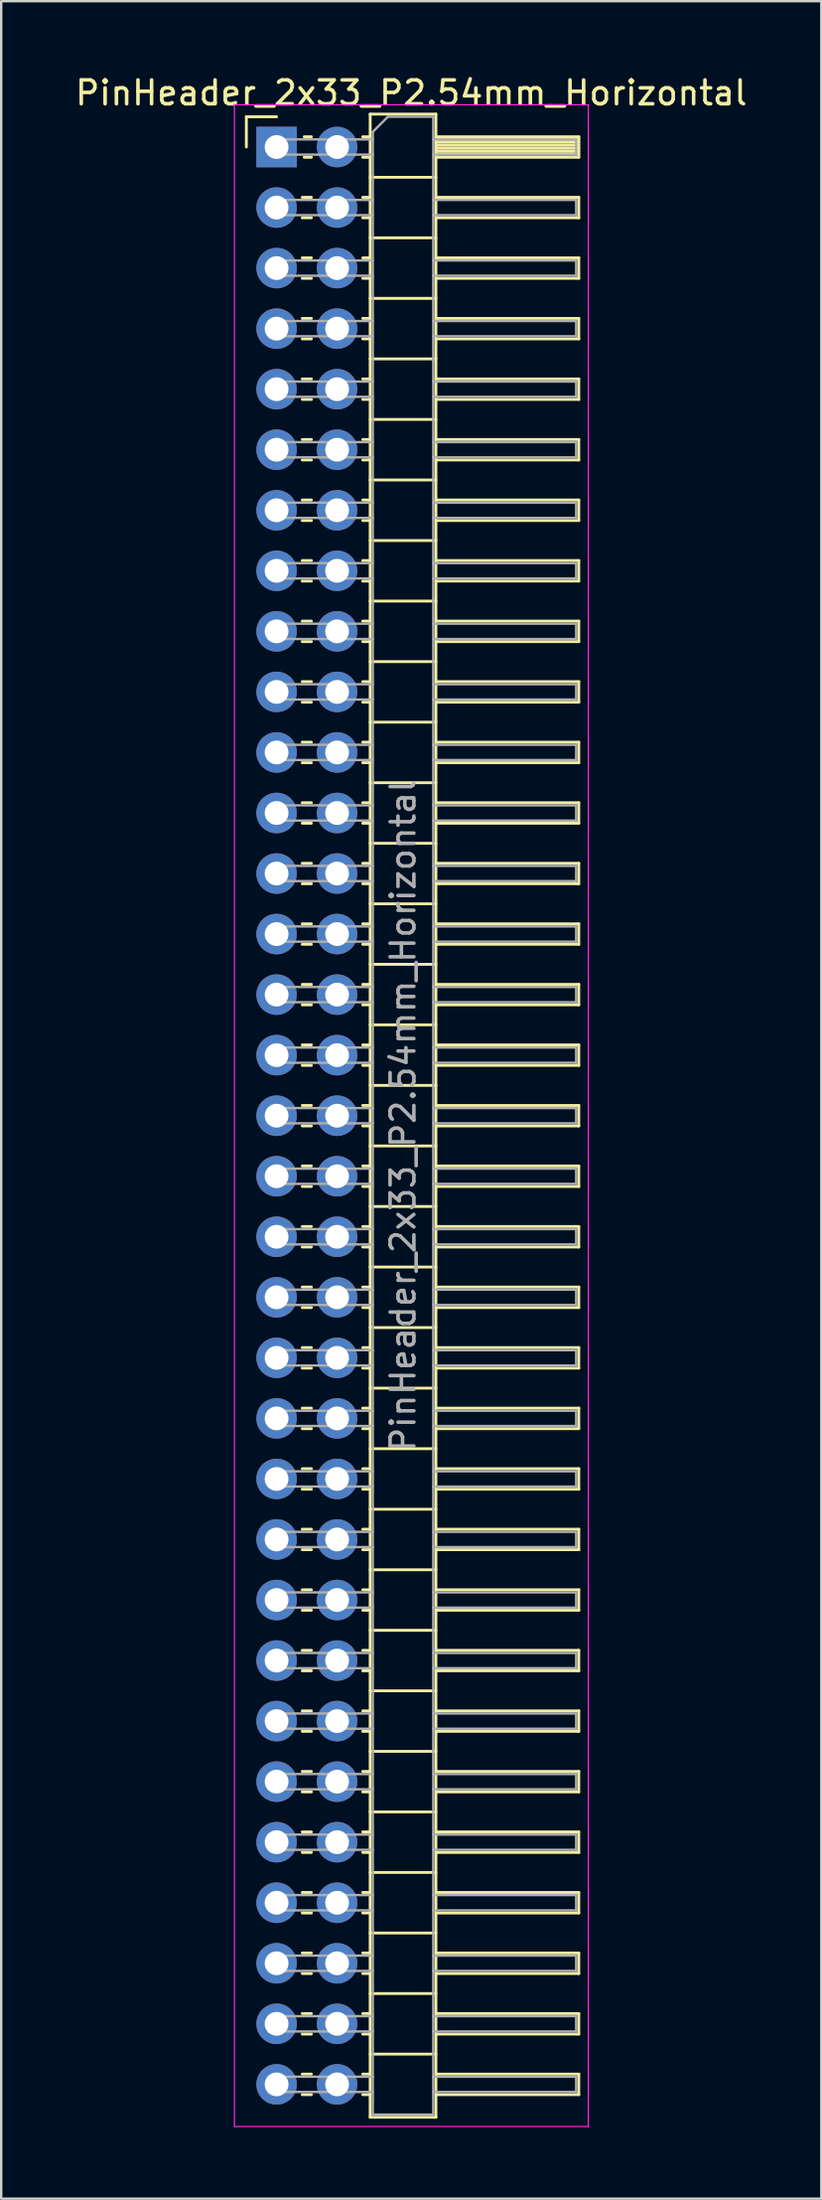
<source format=kicad_pcb>
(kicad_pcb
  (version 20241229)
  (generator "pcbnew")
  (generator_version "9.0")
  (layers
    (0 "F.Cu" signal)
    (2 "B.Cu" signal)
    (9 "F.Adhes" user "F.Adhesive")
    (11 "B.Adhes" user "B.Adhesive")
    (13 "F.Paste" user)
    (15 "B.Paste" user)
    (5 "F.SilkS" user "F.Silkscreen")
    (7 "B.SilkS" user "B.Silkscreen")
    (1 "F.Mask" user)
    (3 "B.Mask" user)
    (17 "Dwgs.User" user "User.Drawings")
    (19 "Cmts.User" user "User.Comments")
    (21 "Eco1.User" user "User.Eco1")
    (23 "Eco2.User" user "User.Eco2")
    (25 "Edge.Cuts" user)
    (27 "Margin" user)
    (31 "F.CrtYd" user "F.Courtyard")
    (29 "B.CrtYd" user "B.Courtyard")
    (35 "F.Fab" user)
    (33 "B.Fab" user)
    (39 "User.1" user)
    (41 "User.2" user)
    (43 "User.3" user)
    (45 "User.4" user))
  (footprint "PinHeader_2x33_P2.54mm_Horizontal"
    (layer "F.Cu")
    (at 8.565 3.118)
    (property "Reference" "PinHeader_2x33_P2.54mm_Horizontal" (at 5.655 -2.27 0) (layer "F.SilkS") (effects (font (size 1 1) (thickness 0.15))))
    (attr through_hole)
    (fp_line (start -1.27 -1.27) (end 0 -1.27) (stroke (width 0.12) (type solid)) (layer "F.SilkS"))
    (fp_line (start -1.27 0) (end -1.27 -1.27) (stroke (width 0.12) (type solid)) (layer "F.SilkS"))
    (fp_line (start 1.077 2.11) (end 1.463 2.11) (stroke (width 0.12) (type solid)) (layer "F.SilkS"))
    (fp_line (start 1.077 2.97) (end 1.463 2.97) (stroke (width 0.12) (type solid)) (layer "F.SilkS"))
    (fp_line (start 1.077 4.65) (end 1.463 4.65) (stroke (width 0.12) (type solid)) (layer "F.SilkS"))
    (fp_line (start 1.077 5.51) (end 1.463 5.51) (stroke (width 0.12) (type solid)) (layer "F.SilkS"))
    (fp_line (start 1.077 7.19) (end 1.463 7.19) (stroke (width 0.12) (type solid)) (layer "F.SilkS"))
    (fp_line (start 1.077 8.05) (end 1.463 8.05) (stroke (width 0.12) (type solid)) (layer "F.SilkS"))
    (fp_line (start 1.077 9.73) (end 1.463 9.73) (stroke (width 0.12) (type solid)) (layer "F.SilkS"))
    (fp_line (start 1.077 10.59) (end 1.463 10.59) (stroke (width 0.12) (type solid)) (layer "F.SilkS"))
    (fp_line (start 1.077 12.27) (end 1.463 12.27) (stroke (width 0.12) (type solid)) (layer "F.SilkS"))
    (fp_line (start 1.077 13.13) (end 1.463 13.13) (stroke (width 0.12) (type solid)) (layer "F.SilkS"))
    (fp_line (start 1.077 14.81) (end 1.463 14.81) (stroke (width 0.12) (type solid)) (layer "F.SilkS"))
    (fp_line (start 1.077 15.67) (end 1.463 15.67) (stroke (width 0.12) (type solid)) (layer "F.SilkS"))
    (fp_line (start 1.077 17.35) (end 1.463 17.35) (stroke (width 0.12) (type solid)) (layer "F.SilkS"))
    (fp_line (start 1.077 18.21) (end 1.463 18.21) (stroke (width 0.12) (type solid)) (layer "F.SilkS"))
    (fp_line (start 1.077 19.89) (end 1.463 19.89) (stroke (width 0.12) (type solid)) (layer "F.SilkS"))
    (fp_line (start 1.077 20.75) (end 1.463 20.75) (stroke (width 0.12) (type solid)) (layer "F.SilkS"))
    (fp_line (start 1.077 22.43) (end 1.463 22.43) (stroke (width 0.12) (type solid)) (layer "F.SilkS"))
    (fp_line (start 1.077 23.29) (end 1.463 23.29) (stroke (width 0.12) (type solid)) (layer "F.SilkS"))
    (fp_line (start 1.077 24.97) (end 1.463 24.97) (stroke (width 0.12) (type solid)) (layer "F.SilkS"))
    (fp_line (start 1.077 25.83) (end 1.463 25.83) (stroke (width 0.12) (type solid)) (layer "F.SilkS"))
    (fp_line (start 1.077 27.51) (end 1.463 27.51) (stroke (width 0.12) (type solid)) (layer "F.SilkS"))
    (fp_line (start 1.077 28.37) (end 1.463 28.37) (stroke (width 0.12) (type solid)) (layer "F.SilkS"))
    (fp_line (start 1.077 30.05) (end 1.463 30.05) (stroke (width 0.12) (type solid)) (layer "F.SilkS"))
    (fp_line (start 1.077 30.91) (end 1.463 30.91) (stroke (width 0.12) (type solid)) (layer "F.SilkS"))
    (fp_line (start 1.077 32.59) (end 1.463 32.59) (stroke (width 0.12) (type solid)) (layer "F.SilkS"))
    (fp_line (start 1.077 33.45) (end 1.463 33.45) (stroke (width 0.12) (type solid)) (layer "F.SilkS"))
    (fp_line (start 1.077 35.13) (end 1.463 35.13) (stroke (width 0.12) (type solid)) (layer "F.SilkS"))
    (fp_line (start 1.077 35.99) (end 1.463 35.99) (stroke (width 0.12) (type solid)) (layer "F.SilkS"))
    (fp_line (start 1.077 37.67) (end 1.463 37.67) (stroke (width 0.12) (type solid)) (layer "F.SilkS"))
    (fp_line (start 1.077 38.53) (end 1.463 38.53) (stroke (width 0.12) (type solid)) (layer "F.SilkS"))
    (fp_line (start 1.077 40.21) (end 1.463 40.21) (stroke (width 0.12) (type solid)) (layer "F.SilkS"))
    (fp_line (start 1.077 41.07) (end 1.463 41.07) (stroke (width 0.12) (type solid)) (layer "F.SilkS"))
    (fp_line (start 1.077 42.75) (end 1.463 42.75) (stroke (width 0.12) (type solid)) (layer "F.SilkS"))
    (fp_line (start 1.077 43.61) (end 1.463 43.61) (stroke (width 0.12) (type solid)) (layer "F.SilkS"))
    (fp_line (start 1.077 45.29) (end 1.463 45.29) (stroke (width 0.12) (type solid)) (layer "F.SilkS"))
    (fp_line (start 1.077 46.15) (end 1.463 46.15) (stroke (width 0.12) (type solid)) (layer "F.SilkS"))
    (fp_line (start 1.077 47.83) (end 1.463 47.83) (stroke (width 0.12) (type solid)) (layer "F.SilkS"))
    (fp_line (start 1.077 48.69) (end 1.463 48.69) (stroke (width 0.12) (type solid)) (layer "F.SilkS"))
    (fp_line (start 1.077 50.37) (end 1.463 50.37) (stroke (width 0.12) (type solid)) (layer "F.SilkS"))
    (fp_line (start 1.077 51.23) (end 1.463 51.23) (stroke (width 0.12) (type solid)) (layer "F.SilkS"))
    (fp_line (start 1.077 52.91) (end 1.463 52.91) (stroke (width 0.12) (type solid)) (layer "F.SilkS"))
    (fp_line (start 1.077 53.77) (end 1.463 53.77) (stroke (width 0.12) (type solid)) (layer "F.SilkS"))
    (fp_line (start 1.077 55.45) (end 1.463 55.45) (stroke (width 0.12) (type solid)) (layer "F.SilkS"))
    (fp_line (start 1.077 56.31) (end 1.463 56.31) (stroke (width 0.12) (type solid)) (layer "F.SilkS"))
    (fp_line (start 1.077 57.99) (end 1.463 57.99) (stroke (width 0.12) (type solid)) (layer "F.SilkS"))
    (fp_line (start 1.077 58.85) (end 1.463 58.85) (stroke (width 0.12) (type solid)) (layer "F.SilkS"))
    (fp_line (start 1.077 60.53) (end 1.463 60.53) (stroke (width 0.12) (type solid)) (layer "F.SilkS"))
    (fp_line (start 1.077 61.39) (end 1.463 61.39) (stroke (width 0.12) (type solid)) (layer "F.SilkS"))
    (fp_line (start 1.077 63.07) (end 1.463 63.07) (stroke (width 0.12) (type solid)) (layer "F.SilkS"))
    (fp_line (start 1.077 63.93) (end 1.463 63.93) (stroke (width 0.12) (type solid)) (layer "F.SilkS"))
    (fp_line (start 1.077 65.61) (end 1.463 65.61) (stroke (width 0.12) (type solid)) (layer "F.SilkS"))
    (fp_line (start 1.077 66.47) (end 1.463 66.47) (stroke (width 0.12) (type solid)) (layer "F.SilkS"))
    (fp_line (start 1.077 68.15) (end 1.463 68.15) (stroke (width 0.12) (type solid)) (layer "F.SilkS"))
    (fp_line (start 1.077 69.01) (end 1.463 69.01) (stroke (width 0.12) (type solid)) (layer "F.SilkS"))
    (fp_line (start 1.077 70.69) (end 1.463 70.69) (stroke (width 0.12) (type solid)) (layer "F.SilkS"))
    (fp_line (start 1.077 71.55) (end 1.463 71.55) (stroke (width 0.12) (type solid)) (layer "F.SilkS"))
    (fp_line (start 1.077 73.23) (end 1.463 73.23) (stroke (width 0.12) (type solid)) (layer "F.SilkS"))
    (fp_line (start 1.077 74.09) (end 1.463 74.09) (stroke (width 0.12) (type solid)) (layer "F.SilkS"))
    (fp_line (start 1.077 75.77) (end 1.463 75.77) (stroke (width 0.12) (type solid)) (layer "F.SilkS"))
    (fp_line (start 1.077 76.63) (end 1.463 76.63) (stroke (width 0.12) (type solid)) (layer "F.SilkS"))
    (fp_line (start 1.077 78.31) (end 1.463 78.31) (stroke (width 0.12) (type solid)) (layer "F.SilkS"))
    (fp_line (start 1.077 79.17) (end 1.463 79.17) (stroke (width 0.12) (type solid)) (layer "F.SilkS"))
    (fp_line (start 1.077 80.85) (end 1.463 80.85) (stroke (width 0.12) (type solid)) (layer "F.SilkS"))
    (fp_line (start 1.077 81.71) (end 1.463 81.71) (stroke (width 0.12) (type solid)) (layer "F.SilkS"))
    (fp_line (start 1.16 -0.43) (end 1.463 -0.43) (stroke (width 0.12) (type solid)) (layer "F.SilkS"))
    (fp_line (start 1.16 0.43) (end 1.463 0.43) (stroke (width 0.12) (type solid)) (layer "F.SilkS"))
    (fp_line (start 3.617 -0.43) (end 3.93 -0.43) (stroke (width 0.12) (type solid)) (layer "F.SilkS"))
    (fp_line (start 3.617 0.43) (end 3.93 0.43) (stroke (width 0.12) (type solid)) (layer "F.SilkS"))
    (fp_line (start 3.617 2.11) (end 3.93 2.11) (stroke (width 0.12) (type solid)) (layer "F.SilkS"))
    (fp_line (start 3.617 2.97) (end 3.93 2.97) (stroke (width 0.12) (type solid)) (layer "F.SilkS"))
    (fp_line (start 3.617 4.65) (end 3.93 4.65) (stroke (width 0.12) (type solid)) (layer "F.SilkS"))
    (fp_line (start 3.617 5.51) (end 3.93 5.51) (stroke (width 0.12) (type solid)) (layer "F.SilkS"))
    (fp_line (start 3.617 7.19) (end 3.93 7.19) (stroke (width 0.12) (type solid)) (layer "F.SilkS"))
    (fp_line (start 3.617 8.05) (end 3.93 8.05) (stroke (width 0.12) (type solid)) (layer "F.SilkS"))
    (fp_line (start 3.617 9.73) (end 3.93 9.73) (stroke (width 0.12) (type solid)) (layer "F.SilkS"))
    (fp_line (start 3.617 10.59) (end 3.93 10.59) (stroke (width 0.12) (type solid)) (layer "F.SilkS"))
    (fp_line (start 3.617 12.27) (end 3.93 12.27) (stroke (width 0.12) (type solid)) (layer "F.SilkS"))
    (fp_line (start 3.617 13.13) (end 3.93 13.13) (stroke (width 0.12) (type solid)) (layer "F.SilkS"))
    (fp_line (start 3.617 14.81) (end 3.93 14.81) (stroke (width 0.12) (type solid)) (layer "F.SilkS"))
    (fp_line (start 3.617 15.67) (end 3.93 15.67) (stroke (width 0.12) (type solid)) (layer "F.SilkS"))
    (fp_line (start 3.617 17.35) (end 3.93 17.35) (stroke (width 0.12) (type solid)) (layer "F.SilkS"))
    (fp_line (start 3.617 18.21) (end 3.93 18.21) (stroke (width 0.12) (type solid)) (layer "F.SilkS"))
    (fp_line (start 3.617 19.89) (end 3.93 19.89) (stroke (width 0.12) (type solid)) (layer "F.SilkS"))
    (fp_line (start 3.617 20.75) (end 3.93 20.75) (stroke (width 0.12) (type solid)) (layer "F.SilkS"))
    (fp_line (start 3.617 22.43) (end 3.93 22.43) (stroke (width 0.12) (type solid)) (layer "F.SilkS"))
    (fp_line (start 3.617 23.29) (end 3.93 23.29) (stroke (width 0.12) (type solid)) (layer "F.SilkS"))
    (fp_line (start 3.617 24.97) (end 3.93 24.97) (stroke (width 0.12) (type solid)) (layer "F.SilkS"))
    (fp_line (start 3.617 25.83) (end 3.93 25.83) (stroke (width 0.12) (type solid)) (layer "F.SilkS"))
    (fp_line (start 3.617 27.51) (end 3.93 27.51) (stroke (width 0.12) (type solid)) (layer "F.SilkS"))
    (fp_line (start 3.617 28.37) (end 3.93 28.37) (stroke (width 0.12) (type solid)) (layer "F.SilkS"))
    (fp_line (start 3.617 30.05) (end 3.93 30.05) (stroke (width 0.12) (type solid)) (layer "F.SilkS"))
    (fp_line (start 3.617 30.91) (end 3.93 30.91) (stroke (width 0.12) (type solid)) (layer "F.SilkS"))
    (fp_line (start 3.617 32.59) (end 3.93 32.59) (stroke (width 0.12) (type solid)) (layer "F.SilkS"))
    (fp_line (start 3.617 33.45) (end 3.93 33.45) (stroke (width 0.12) (type solid)) (layer "F.SilkS"))
    (fp_line (start 3.617 35.13) (end 3.93 35.13) (stroke (width 0.12) (type solid)) (layer "F.SilkS"))
    (fp_line (start 3.617 35.99) (end 3.93 35.99) (stroke (width 0.12) (type solid)) (layer "F.SilkS"))
    (fp_line (start 3.617 37.67) (end 3.93 37.67) (stroke (width 0.12) (type solid)) (layer "F.SilkS"))
    (fp_line (start 3.617 38.53) (end 3.93 38.53) (stroke (width 0.12) (type solid)) (layer "F.SilkS"))
    (fp_line (start 3.617 40.21) (end 3.93 40.21) (stroke (width 0.12) (type solid)) (layer "F.SilkS"))
    (fp_line (start 3.617 41.07) (end 3.93 41.07) (stroke (width 0.12) (type solid)) (layer "F.SilkS"))
    (fp_line (start 3.617 42.75) (end 3.93 42.75) (stroke (width 0.12) (type solid)) (layer "F.SilkS"))
    (fp_line (start 3.617 43.61) (end 3.93 43.61) (stroke (width 0.12) (type solid)) (layer "F.SilkS"))
    (fp_line (start 3.617 45.29) (end 3.93 45.29) (stroke (width 0.12) (type solid)) (layer "F.SilkS"))
    (fp_line (start 3.617 46.15) (end 3.93 46.15) (stroke (width 0.12) (type solid)) (layer "F.SilkS"))
    (fp_line (start 3.617 47.83) (end 3.93 47.83) (stroke (width 0.12) (type solid)) (layer "F.SilkS"))
    (fp_line (start 3.617 48.69) (end 3.93 48.69) (stroke (width 0.12) (type solid)) (layer "F.SilkS"))
    (fp_line (start 3.617 50.37) (end 3.93 50.37) (stroke (width 0.12) (type solid)) (layer "F.SilkS"))
    (fp_line (start 3.617 51.23) (end 3.93 51.23) (stroke (width 0.12) (type solid)) (layer "F.SilkS"))
    (fp_line (start 3.617 52.91) (end 3.93 52.91) (stroke (width 0.12) (type solid)) (layer "F.SilkS"))
    (fp_line (start 3.617 53.77) (end 3.93 53.77) (stroke (width 0.12) (type solid)) (layer "F.SilkS"))
    (fp_line (start 3.617 55.45) (end 3.93 55.45) (stroke (width 0.12) (type solid)) (layer "F.SilkS"))
    (fp_line (start 3.617 56.31) (end 3.93 56.31) (stroke (width 0.12) (type solid)) (layer "F.SilkS"))
    (fp_line (start 3.617 57.99) (end 3.93 57.99) (stroke (width 0.12) (type solid)) (layer "F.SilkS"))
    (fp_line (start 3.617 58.85) (end 3.93 58.85) (stroke (width 0.12) (type solid)) (layer "F.SilkS"))
    (fp_line (start 3.617 60.53) (end 3.93 60.53) (stroke (width 0.12) (type solid)) (layer "F.SilkS"))
    (fp_line (start 3.617 61.39) (end 3.93 61.39) (stroke (width 0.12) (type solid)) (layer "F.SilkS"))
    (fp_line (start 3.617 63.07) (end 3.93 63.07) (stroke (width 0.12) (type solid)) (layer "F.SilkS"))
    (fp_line (start 3.617 63.93) (end 3.93 63.93) (stroke (width 0.12) (type solid)) (layer "F.SilkS"))
    (fp_line (start 3.617 65.61) (end 3.93 65.61) (stroke (width 0.12) (type solid)) (layer "F.SilkS"))
    (fp_line (start 3.617 66.47) (end 3.93 66.47) (stroke (width 0.12) (type solid)) (layer "F.SilkS"))
    (fp_line (start 3.617 68.15) (end 3.93 68.15) (stroke (width 0.12) (type solid)) (layer "F.SilkS"))
    (fp_line (start 3.617 69.01) (end 3.93 69.01) (stroke (width 0.12) (type solid)) (layer "F.SilkS"))
    (fp_line (start 3.617 70.69) (end 3.93 70.69) (stroke (width 0.12) (type solid)) (layer "F.SilkS"))
    (fp_line (start 3.617 71.55) (end 3.93 71.55) (stroke (width 0.12) (type solid)) (layer "F.SilkS"))
    (fp_line (start 3.617 73.23) (end 3.93 73.23) (stroke (width 0.12) (type solid)) (layer "F.SilkS"))
    (fp_line (start 3.617 74.09) (end 3.93 74.09) (stroke (width 0.12) (type solid)) (layer "F.SilkS"))
    (fp_line (start 3.617 75.77) (end 3.93 75.77) (stroke (width 0.12) (type solid)) (layer "F.SilkS"))
    (fp_line (start 3.617 76.63) (end 3.93 76.63) (stroke (width 0.12) (type solid)) (layer "F.SilkS"))
    (fp_line (start 3.617 78.31) (end 3.93 78.31) (stroke (width 0.12) (type solid)) (layer "F.SilkS"))
    (fp_line (start 3.617 79.17) (end 3.93 79.17) (stroke (width 0.12) (type solid)) (layer "F.SilkS"))
    (fp_line (start 3.617 80.85) (end 3.93 80.85) (stroke (width 0.12) (type solid)) (layer "F.SilkS"))
    (fp_line (start 3.617 81.71) (end 3.93 81.71) (stroke (width 0.12) (type solid)) (layer "F.SilkS"))
    (fp_line (start 3.93 -1.38) (end 3.93 82.66) (stroke (width 0.12) (type solid)) (layer "F.SilkS"))
    (fp_line (start 3.93 1.27) (end 6.69 1.27) (stroke (width 0.12) (type solid)) (layer "F.SilkS"))
    (fp_line (start 3.93 3.81) (end 6.69 3.81) (stroke (width 0.12) (type solid)) (layer "F.SilkS"))
    (fp_line (start 3.93 6.35) (end 6.69 6.35) (stroke (width 0.12) (type solid)) (layer "F.SilkS"))
    (fp_line (start 3.93 8.89) (end 6.69 8.89) (stroke (width 0.12) (type solid)) (layer "F.SilkS"))
    (fp_line (start 3.93 11.43) (end 6.69 11.43) (stroke (width 0.12) (type solid)) (layer "F.SilkS"))
    (fp_line (start 3.93 13.97) (end 6.69 13.97) (stroke (width 0.12) (type solid)) (layer "F.SilkS"))
    (fp_line (start 3.93 16.51) (end 6.69 16.51) (stroke (width 0.12) (type solid)) (layer "F.SilkS"))
    (fp_line (start 3.93 19.05) (end 6.69 19.05) (stroke (width 0.12) (type solid)) (layer "F.SilkS"))
    (fp_line (start 3.93 21.59) (end 6.69 21.59) (stroke (width 0.12) (type solid)) (layer "F.SilkS"))
    (fp_line (start 3.93 24.13) (end 6.69 24.13) (stroke (width 0.12) (type solid)) (layer "F.SilkS"))
    (fp_line (start 3.93 26.67) (end 6.69 26.67) (stroke (width 0.12) (type solid)) (layer "F.SilkS"))
    (fp_line (start 3.93 29.21) (end 6.69 29.21) (stroke (width 0.12) (type solid)) (layer "F.SilkS"))
    (fp_line (start 3.93 31.75) (end 6.69 31.75) (stroke (width 0.12) (type solid)) (layer "F.SilkS"))
    (fp_line (start 3.93 34.29) (end 6.69 34.29) (stroke (width 0.12) (type solid)) (layer "F.SilkS"))
    (fp_line (start 3.93 36.83) (end 6.69 36.83) (stroke (width 0.12) (type solid)) (layer "F.SilkS"))
    (fp_line (start 3.93 39.37) (end 6.69 39.37) (stroke (width 0.12) (type solid)) (layer "F.SilkS"))
    (fp_line (start 3.93 41.91) (end 6.69 41.91) (stroke (width 0.12) (type solid)) (layer "F.SilkS"))
    (fp_line (start 3.93 44.45) (end 6.69 44.45) (stroke (width 0.12) (type solid)) (layer "F.SilkS"))
    (fp_line (start 3.93 46.99) (end 6.69 46.99) (stroke (width 0.12) (type solid)) (layer "F.SilkS"))
    (fp_line (start 3.93 49.53) (end 6.69 49.53) (stroke (width 0.12) (type solid)) (layer "F.SilkS"))
    (fp_line (start 3.93 52.07) (end 6.69 52.07) (stroke (width 0.12) (type solid)) (layer "F.SilkS"))
    (fp_line (start 3.93 54.61) (end 6.69 54.61) (stroke (width 0.12) (type solid)) (layer "F.SilkS"))
    (fp_line (start 3.93 57.15) (end 6.69 57.15) (stroke (width 0.12) (type solid)) (layer "F.SilkS"))
    (fp_line (start 3.93 59.69) (end 6.69 59.69) (stroke (width 0.12) (type solid)) (layer "F.SilkS"))
    (fp_line (start 3.93 62.23) (end 6.69 62.23) (stroke (width 0.12) (type solid)) (layer "F.SilkS"))
    (fp_line (start 3.93 64.77) (end 6.69 64.77) (stroke (width 0.12) (type solid)) (layer "F.SilkS"))
    (fp_line (start 3.93 67.31) (end 6.69 67.31) (stroke (width 0.12) (type solid)) (layer "F.SilkS"))
    (fp_line (start 3.93 69.85) (end 6.69 69.85) (stroke (width 0.12) (type solid)) (layer "F.SilkS"))
    (fp_line (start 3.93 72.39) (end 6.69 72.39) (stroke (width 0.12) (type solid)) (layer "F.SilkS"))
    (fp_line (start 3.93 74.93) (end 6.69 74.93) (stroke (width 0.12) (type solid)) (layer "F.SilkS"))
    (fp_line (start 3.93 77.47) (end 6.69 77.47) (stroke (width 0.12) (type solid)) (layer "F.SilkS"))
    (fp_line (start 3.93 80.01) (end 6.69 80.01) (stroke (width 0.12) (type solid)) (layer "F.SilkS"))
    (fp_line (start 3.93 82.66) (end 6.69 82.66) (stroke (width 0.12) (type solid)) (layer "F.SilkS"))
    (fp_line (start 6.69 -1.38) (end 3.93 -1.38) (stroke (width 0.12) (type solid)) (layer "F.SilkS"))
    (fp_line (start 6.69 -0.43) (end 12.69 -0.43) (stroke (width 0.12) (type solid)) (layer "F.SilkS"))
    (fp_line (start 6.69 -0.32) (end 12.69 -0.32) (stroke (width 0.12) (type solid)) (layer "F.SilkS"))
    (fp_line (start 6.69 -0.2) (end 12.69 -0.2) (stroke (width 0.12) (type solid)) (layer "F.SilkS"))
    (fp_line (start 6.69 -0.08) (end 12.69 -0.08) (stroke (width 0.12) (type solid)) (layer "F.SilkS"))
    (fp_line (start 6.69 0.04) (end 12.69 0.04) (stroke (width 0.12) (type solid)) (layer "F.SilkS"))
    (fp_line (start 6.69 0.16) (end 12.69 0.16) (stroke (width 0.12) (type solid)) (layer "F.SilkS"))
    (fp_line (start 6.69 0.28) (end 12.69 0.28) (stroke (width 0.12) (type solid)) (layer "F.SilkS"))
    (fp_line (start 6.69 2.11) (end 12.69 2.11) (stroke (width 0.12) (type solid)) (layer "F.SilkS"))
    (fp_line (start 6.69 4.65) (end 12.69 4.65) (stroke (width 0.12) (type solid)) (layer "F.SilkS"))
    (fp_line (start 6.69 7.19) (end 12.69 7.19) (stroke (width 0.12) (type solid)) (layer "F.SilkS"))
    (fp_line (start 6.69 9.73) (end 12.69 9.73) (stroke (width 0.12) (type solid)) (layer "F.SilkS"))
    (fp_line (start 6.69 12.27) (end 12.69 12.27) (stroke (width 0.12) (type solid)) (layer "F.SilkS"))
    (fp_line (start 6.69 14.81) (end 12.69 14.81) (stroke (width 0.12) (type solid)) (layer "F.SilkS"))
    (fp_line (start 6.69 17.35) (end 12.69 17.35) (stroke (width 0.12) (type solid)) (layer "F.SilkS"))
    (fp_line (start 6.69 19.89) (end 12.69 19.89) (stroke (width 0.12) (type solid)) (layer "F.SilkS"))
    (fp_line (start 6.69 22.43) (end 12.69 22.43) (stroke (width 0.12) (type solid)) (layer "F.SilkS"))
    (fp_line (start 6.69 24.97) (end 12.69 24.97) (stroke (width 0.12) (type solid)) (layer "F.SilkS"))
    (fp_line (start 6.69 27.51) (end 12.69 27.51) (stroke (width 0.12) (type solid)) (layer "F.SilkS"))
    (fp_line (start 6.69 30.05) (end 12.69 30.05) (stroke (width 0.12) (type solid)) (layer "F.SilkS"))
    (fp_line (start 6.69 32.59) (end 12.69 32.59) (stroke (width 0.12) (type solid)) (layer "F.SilkS"))
    (fp_line (start 6.69 35.13) (end 12.69 35.13) (stroke (width 0.12) (type solid)) (layer "F.SilkS"))
    (fp_line (start 6.69 37.67) (end 12.69 37.67) (stroke (width 0.12) (type solid)) (layer "F.SilkS"))
    (fp_line (start 6.69 40.21) (end 12.69 40.21) (stroke (width 0.12) (type solid)) (layer "F.SilkS"))
    (fp_line (start 6.69 42.75) (end 12.69 42.75) (stroke (width 0.12) (type solid)) (layer "F.SilkS"))
    (fp_line (start 6.69 45.29) (end 12.69 45.29) (stroke (width 0.12) (type solid)) (layer "F.SilkS"))
    (fp_line (start 6.69 47.83) (end 12.69 47.83) (stroke (width 0.12) (type solid)) (layer "F.SilkS"))
    (fp_line (start 6.69 50.37) (end 12.69 50.37) (stroke (width 0.12) (type solid)) (layer "F.SilkS"))
    (fp_line (start 6.69 52.91) (end 12.69 52.91) (stroke (width 0.12) (type solid)) (layer "F.SilkS"))
    (fp_line (start 6.69 55.45) (end 12.69 55.45) (stroke (width 0.12) (type solid)) (layer "F.SilkS"))
    (fp_line (start 6.69 57.99) (end 12.69 57.99) (stroke (width 0.12) (type solid)) (layer "F.SilkS"))
    (fp_line (start 6.69 60.53) (end 12.69 60.53) (stroke (width 0.12) (type solid)) (layer "F.SilkS"))
    (fp_line (start 6.69 63.07) (end 12.69 63.07) (stroke (width 0.12) (type solid)) (layer "F.SilkS"))
    (fp_line (start 6.69 65.61) (end 12.69 65.61) (stroke (width 0.12) (type solid)) (layer "F.SilkS"))
    (fp_line (start 6.69 68.15) (end 12.69 68.15) (stroke (width 0.12) (type solid)) (layer "F.SilkS"))
    (fp_line (start 6.69 70.69) (end 12.69 70.69) (stroke (width 0.12) (type solid)) (layer "F.SilkS"))
    (fp_line (start 6.69 73.23) (end 12.69 73.23) (stroke (width 0.12) (type solid)) (layer "F.SilkS"))
    (fp_line (start 6.69 75.77) (end 12.69 75.77) (stroke (width 0.12) (type solid)) (layer "F.SilkS"))
    (fp_line (start 6.69 78.31) (end 12.69 78.31) (stroke (width 0.12) (type solid)) (layer "F.SilkS"))
    (fp_line (start 6.69 80.85) (end 12.69 80.85) (stroke (width 0.12) (type solid)) (layer "F.SilkS"))
    (fp_line (start 6.69 82.66) (end 6.69 -1.38) (stroke (width 0.12) (type solid)) (layer "F.SilkS"))
    (fp_line (start 12.69 -0.43) (end 12.69 0.43) (stroke (width 0.12) (type solid)) (layer "F.SilkS"))
    (fp_line (start 12.69 0.43) (end 6.69 0.43) (stroke (width 0.12) (type solid)) (layer "F.SilkS"))
    (fp_line (start 12.69 2.11) (end 12.69 2.97) (stroke (width 0.12) (type solid)) (layer "F.SilkS"))
    (fp_line (start 12.69 2.97) (end 6.69 2.97) (stroke (width 0.12) (type solid)) (layer "F.SilkS"))
    (fp_line (start 12.69 4.65) (end 12.69 5.51) (stroke (width 0.12) (type solid)) (layer "F.SilkS"))
    (fp_line (start 12.69 5.51) (end 6.69 5.51) (stroke (width 0.12) (type solid)) (layer "F.SilkS"))
    (fp_line (start 12.69 7.19) (end 12.69 8.05) (stroke (width 0.12) (type solid)) (layer "F.SilkS"))
    (fp_line (start 12.69 8.05) (end 6.69 8.05) (stroke (width 0.12) (type solid)) (layer "F.SilkS"))
    (fp_line (start 12.69 9.73) (end 12.69 10.59) (stroke (width 0.12) (type solid)) (layer "F.SilkS"))
    (fp_line (start 12.69 10.59) (end 6.69 10.59) (stroke (width 0.12) (type solid)) (layer "F.SilkS"))
    (fp_line (start 12.69 12.27) (end 12.69 13.13) (stroke (width 0.12) (type solid)) (layer "F.SilkS"))
    (fp_line (start 12.69 13.13) (end 6.69 13.13) (stroke (width 0.12) (type solid)) (layer "F.SilkS"))
    (fp_line (start 12.69 14.81) (end 12.69 15.67) (stroke (width 0.12) (type solid)) (layer "F.SilkS"))
    (fp_line (start 12.69 15.67) (end 6.69 15.67) (stroke (width 0.12) (type solid)) (layer "F.SilkS"))
    (fp_line (start 12.69 17.35) (end 12.69 18.21) (stroke (width 0.12) (type solid)) (layer "F.SilkS"))
    (fp_line (start 12.69 18.21) (end 6.69 18.21) (stroke (width 0.12) (type solid)) (layer "F.SilkS"))
    (fp_line (start 12.69 19.89) (end 12.69 20.75) (stroke (width 0.12) (type solid)) (layer "F.SilkS"))
    (fp_line (start 12.69 20.75) (end 6.69 20.75) (stroke (width 0.12) (type solid)) (layer "F.SilkS"))
    (fp_line (start 12.69 22.43) (end 12.69 23.29) (stroke (width 0.12) (type solid)) (layer "F.SilkS"))
    (fp_line (start 12.69 23.29) (end 6.69 23.29) (stroke (width 0.12) (type solid)) (layer "F.SilkS"))
    (fp_line (start 12.69 24.97) (end 12.69 25.83) (stroke (width 0.12) (type solid)) (layer "F.SilkS"))
    (fp_line (start 12.69 25.83) (end 6.69 25.83) (stroke (width 0.12) (type solid)) (layer "F.SilkS"))
    (fp_line (start 12.69 27.51) (end 12.69 28.37) (stroke (width 0.12) (type solid)) (layer "F.SilkS"))
    (fp_line (start 12.69 28.37) (end 6.69 28.37) (stroke (width 0.12) (type solid)) (layer "F.SilkS"))
    (fp_line (start 12.69 30.05) (end 12.69 30.91) (stroke (width 0.12) (type solid)) (layer "F.SilkS"))
    (fp_line (start 12.69 30.91) (end 6.69 30.91) (stroke (width 0.12) (type solid)) (layer "F.SilkS"))
    (fp_line (start 12.69 32.59) (end 12.69 33.45) (stroke (width 0.12) (type solid)) (layer "F.SilkS"))
    (fp_line (start 12.69 33.45) (end 6.69 33.45) (stroke (width 0.12) (type solid)) (layer "F.SilkS"))
    (fp_line (start 12.69 35.13) (end 12.69 35.99) (stroke (width 0.12) (type solid)) (layer "F.SilkS"))
    (fp_line (start 12.69 35.99) (end 6.69 35.99) (stroke (width 0.12) (type solid)) (layer "F.SilkS"))
    (fp_line (start 12.69 37.67) (end 12.69 38.53) (stroke (width 0.12) (type solid)) (layer "F.SilkS"))
    (fp_line (start 12.69 38.53) (end 6.69 38.53) (stroke (width 0.12) (type solid)) (layer "F.SilkS"))
    (fp_line (start 12.69 40.21) (end 12.69 41.07) (stroke (width 0.12) (type solid)) (layer "F.SilkS"))
    (fp_line (start 12.69 41.07) (end 6.69 41.07) (stroke (width 0.12) (type solid)) (layer "F.SilkS"))
    (fp_line (start 12.69 42.75) (end 12.69 43.61) (stroke (width 0.12) (type solid)) (layer "F.SilkS"))
    (fp_line (start 12.69 43.61) (end 6.69 43.61) (stroke (width 0.12) (type solid)) (layer "F.SilkS"))
    (fp_line (start 12.69 45.29) (end 12.69 46.15) (stroke (width 0.12) (type solid)) (layer "F.SilkS"))
    (fp_line (start 12.69 46.15) (end 6.69 46.15) (stroke (width 0.12) (type solid)) (layer "F.SilkS"))
    (fp_line (start 12.69 47.83) (end 12.69 48.69) (stroke (width 0.12) (type solid)) (layer "F.SilkS"))
    (fp_line (start 12.69 48.69) (end 6.69 48.69) (stroke (width 0.12) (type solid)) (layer "F.SilkS"))
    (fp_line (start 12.69 50.37) (end 12.69 51.23) (stroke (width 0.12) (type solid)) (layer "F.SilkS"))
    (fp_line (start 12.69 51.23) (end 6.69 51.23) (stroke (width 0.12) (type solid)) (layer "F.SilkS"))
    (fp_line (start 12.69 52.91) (end 12.69 53.77) (stroke (width 0.12) (type solid)) (layer "F.SilkS"))
    (fp_line (start 12.69 53.77) (end 6.69 53.77) (stroke (width 0.12) (type solid)) (layer "F.SilkS"))
    (fp_line (start 12.69 55.45) (end 12.69 56.31) (stroke (width 0.12) (type solid)) (layer "F.SilkS"))
    (fp_line (start 12.69 56.31) (end 6.69 56.31) (stroke (width 0.12) (type solid)) (layer "F.SilkS"))
    (fp_line (start 12.69 57.99) (end 12.69 58.85) (stroke (width 0.12) (type solid)) (layer "F.SilkS"))
    (fp_line (start 12.69 58.85) (end 6.69 58.85) (stroke (width 0.12) (type solid)) (layer "F.SilkS"))
    (fp_line (start 12.69 60.53) (end 12.69 61.39) (stroke (width 0.12) (type solid)) (layer "F.SilkS"))
    (fp_line (start 12.69 61.39) (end 6.69 61.39) (stroke (width 0.12) (type solid)) (layer "F.SilkS"))
    (fp_line (start 12.69 63.07) (end 12.69 63.93) (stroke (width 0.12) (type solid)) (layer "F.SilkS"))
    (fp_line (start 12.69 63.93) (end 6.69 63.93) (stroke (width 0.12) (type solid)) (layer "F.SilkS"))
    (fp_line (start 12.69 65.61) (end 12.69 66.47) (stroke (width 0.12) (type solid)) (layer "F.SilkS"))
    (fp_line (start 12.69 66.47) (end 6.69 66.47) (stroke (width 0.12) (type solid)) (layer "F.SilkS"))
    (fp_line (start 12.69 68.15) (end 12.69 69.01) (stroke (width 0.12) (type solid)) (layer "F.SilkS"))
    (fp_line (start 12.69 69.01) (end 6.69 69.01) (stroke (width 0.12) (type solid)) (layer "F.SilkS"))
    (fp_line (start 12.69 70.69) (end 12.69 71.55) (stroke (width 0.12) (type solid)) (layer "F.SilkS"))
    (fp_line (start 12.69 71.55) (end 6.69 71.55) (stroke (width 0.12) (type solid)) (layer "F.SilkS"))
    (fp_line (start 12.69 73.23) (end 12.69 74.09) (stroke (width 0.12) (type solid)) (layer "F.SilkS"))
    (fp_line (start 12.69 74.09) (end 6.69 74.09) (stroke (width 0.12) (type solid)) (layer "F.SilkS"))
    (fp_line (start 12.69 75.77) (end 12.69 76.63) (stroke (width 0.12) (type solid)) (layer "F.SilkS"))
    (fp_line (start 12.69 76.63) (end 6.69 76.63) (stroke (width 0.12) (type solid)) (layer "F.SilkS"))
    (fp_line (start 12.69 78.31) (end 12.69 79.17) (stroke (width 0.12) (type solid)) (layer "F.SilkS"))
    (fp_line (start 12.69 79.17) (end 6.69 79.17) (stroke (width 0.12) (type solid)) (layer "F.SilkS"))
    (fp_line (start 12.69 80.85) (end 12.69 81.71) (stroke (width 0.12) (type solid)) (layer "F.SilkS"))
    (fp_line (start 12.69 81.71) (end 6.69 81.71) (stroke (width 0.12) (type solid)) (layer "F.SilkS"))
    (fp_line (start -1.77 -1.77) (end -1.77 83.05) (stroke (width 0.05) (type solid)) (layer "F.CrtYd"))
    (fp_line (start -1.77 83.05) (end 13.09 83.05) (stroke (width 0.05) (type solid)) (layer "F.CrtYd"))
    (fp_line (start 13.09 -1.77) (end -1.77 -1.77) (stroke (width 0.05) (type solid)) (layer "F.CrtYd"))
    (fp_line (start 13.09 83.05) (end 13.09 -1.77) (stroke (width 0.05) (type solid)) (layer "F.CrtYd"))
    (fp_line (start -0.32 -0.32) (end -0.32 0.32) (stroke (width 0.1) (type solid)) (layer "F.Fab"))
    (fp_line (start -0.32 -0.32) (end 4.04 -0.32) (stroke (width 0.1) (type solid)) (layer "F.Fab"))
    (fp_line (start -0.32 0.32) (end 4.04 0.32) (stroke (width 0.1) (type solid)) (layer "F.Fab"))
    (fp_line (start -0.32 2.22) (end -0.32 2.86) (stroke (width 0.1) (type solid)) (layer "F.Fab"))
    (fp_line (start -0.32 2.22) (end 4.04 2.22) (stroke (width 0.1) (type solid)) (layer "F.Fab"))
    (fp_line (start -0.32 2.86) (end 4.04 2.86) (stroke (width 0.1) (type solid)) (layer "F.Fab"))
    (fp_line (start -0.32 4.76) (end -0.32 5.4) (stroke (width 0.1) (type solid)) (layer "F.Fab"))
    (fp_line (start -0.32 4.76) (end 4.04 4.76) (stroke (width 0.1) (type solid)) (layer "F.Fab"))
    (fp_line (start -0.32 5.4) (end 4.04 5.4) (stroke (width 0.1) (type solid)) (layer "F.Fab"))
    (fp_line (start -0.32 7.3) (end -0.32 7.94) (stroke (width 0.1) (type solid)) (layer "F.Fab"))
    (fp_line (start -0.32 7.3) (end 4.04 7.3) (stroke (width 0.1) (type solid)) (layer "F.Fab"))
    (fp_line (start -0.32 7.94) (end 4.04 7.94) (stroke (width 0.1) (type solid)) (layer "F.Fab"))
    (fp_line (start -0.32 9.84) (end -0.32 10.48) (stroke (width 0.1) (type solid)) (layer "F.Fab"))
    (fp_line (start -0.32 9.84) (end 4.04 9.84) (stroke (width 0.1) (type solid)) (layer "F.Fab"))
    (fp_line (start -0.32 10.48) (end 4.04 10.48) (stroke (width 0.1) (type solid)) (layer "F.Fab"))
    (fp_line (start -0.32 12.38) (end -0.32 13.02) (stroke (width 0.1) (type solid)) (layer "F.Fab"))
    (fp_line (start -0.32 12.38) (end 4.04 12.38) (stroke (width 0.1) (type solid)) (layer "F.Fab"))
    (fp_line (start -0.32 13.02) (end 4.04 13.02) (stroke (width 0.1) (type solid)) (layer "F.Fab"))
    (fp_line (start -0.32 14.92) (end -0.32 15.56) (stroke (width 0.1) (type solid)) (layer "F.Fab"))
    (fp_line (start -0.32 14.92) (end 4.04 14.92) (stroke (width 0.1) (type solid)) (layer "F.Fab"))
    (fp_line (start -0.32 15.56) (end 4.04 15.56) (stroke (width 0.1) (type solid)) (layer "F.Fab"))
    (fp_line (start -0.32 17.46) (end -0.32 18.1) (stroke (width 0.1) (type solid)) (layer "F.Fab"))
    (fp_line (start -0.32 17.46) (end 4.04 17.46) (stroke (width 0.1) (type solid)) (layer "F.Fab"))
    (fp_line (start -0.32 18.1) (end 4.04 18.1) (stroke (width 0.1) (type solid)) (layer "F.Fab"))
    (fp_line (start -0.32 20) (end -0.32 20.64) (stroke (width 0.1) (type solid)) (layer "F.Fab"))
    (fp_line (start -0.32 20) (end 4.04 20) (stroke (width 0.1) (type solid)) (layer "F.Fab"))
    (fp_line (start -0.32 20.64) (end 4.04 20.64) (stroke (width 0.1) (type solid)) (layer "F.Fab"))
    (fp_line (start -0.32 22.54) (end -0.32 23.18) (stroke (width 0.1) (type solid)) (layer "F.Fab"))
    (fp_line (start -0.32 22.54) (end 4.04 22.54) (stroke (width 0.1) (type solid)) (layer "F.Fab"))
    (fp_line (start -0.32 23.18) (end 4.04 23.18) (stroke (width 0.1) (type solid)) (layer "F.Fab"))
    (fp_line (start -0.32 25.08) (end -0.32 25.72) (stroke (width 0.1) (type solid)) (layer "F.Fab"))
    (fp_line (start -0.32 25.08) (end 4.04 25.08) (stroke (width 0.1) (type solid)) (layer "F.Fab"))
    (fp_line (start -0.32 25.72) (end 4.04 25.72) (stroke (width 0.1) (type solid)) (layer "F.Fab"))
    (fp_line (start -0.32 27.62) (end -0.32 28.26) (stroke (width 0.1) (type solid)) (layer "F.Fab"))
    (fp_line (start -0.32 27.62) (end 4.04 27.62) (stroke (width 0.1) (type solid)) (layer "F.Fab"))
    (fp_line (start -0.32 28.26) (end 4.04 28.26) (stroke (width 0.1) (type solid)) (layer "F.Fab"))
    (fp_line (start -0.32 30.16) (end -0.32 30.8) (stroke (width 0.1) (type solid)) (layer "F.Fab"))
    (fp_line (start -0.32 30.16) (end 4.04 30.16) (stroke (width 0.1) (type solid)) (layer "F.Fab"))
    (fp_line (start -0.32 30.8) (end 4.04 30.8) (stroke (width 0.1) (type solid)) (layer "F.Fab"))
    (fp_line (start -0.32 32.7) (end -0.32 33.34) (stroke (width 0.1) (type solid)) (layer "F.Fab"))
    (fp_line (start -0.32 32.7) (end 4.04 32.7) (stroke (width 0.1) (type solid)) (layer "F.Fab"))
    (fp_line (start -0.32 33.34) (end 4.04 33.34) (stroke (width 0.1) (type solid)) (layer "F.Fab"))
    (fp_line (start -0.32 35.24) (end -0.32 35.88) (stroke (width 0.1) (type solid)) (layer "F.Fab"))
    (fp_line (start -0.32 35.24) (end 4.04 35.24) (stroke (width 0.1) (type solid)) (layer "F.Fab"))
    (fp_line (start -0.32 35.88) (end 4.04 35.88) (stroke (width 0.1) (type solid)) (layer "F.Fab"))
    (fp_line (start -0.32 37.78) (end -0.32 38.42) (stroke (width 0.1) (type solid)) (layer "F.Fab"))
    (fp_line (start -0.32 37.78) (end 4.04 37.78) (stroke (width 0.1) (type solid)) (layer "F.Fab"))
    (fp_line (start -0.32 38.42) (end 4.04 38.42) (stroke (width 0.1) (type solid)) (layer "F.Fab"))
    (fp_line (start -0.32 40.32) (end -0.32 40.96) (stroke (width 0.1) (type solid)) (layer "F.Fab"))
    (fp_line (start -0.32 40.32) (end 4.04 40.32) (stroke (width 0.1) (type solid)) (layer "F.Fab"))
    (fp_line (start -0.32 40.96) (end 4.04 40.96) (stroke (width 0.1) (type solid)) (layer "F.Fab"))
    (fp_line (start -0.32 42.86) (end -0.32 43.5) (stroke (width 0.1) (type solid)) (layer "F.Fab"))
    (fp_line (start -0.32 42.86) (end 4.04 42.86) (stroke (width 0.1) (type solid)) (layer "F.Fab"))
    (fp_line (start -0.32 43.5) (end 4.04 43.5) (stroke (width 0.1) (type solid)) (layer "F.Fab"))
    (fp_line (start -0.32 45.4) (end -0.32 46.04) (stroke (width 0.1) (type solid)) (layer "F.Fab"))
    (fp_line (start -0.32 45.4) (end 4.04 45.4) (stroke (width 0.1) (type solid)) (layer "F.Fab"))
    (fp_line (start -0.32 46.04) (end 4.04 46.04) (stroke (width 0.1) (type solid)) (layer "F.Fab"))
    (fp_line (start -0.32 47.94) (end -0.32 48.58) (stroke (width 0.1) (type solid)) (layer "F.Fab"))
    (fp_line (start -0.32 47.94) (end 4.04 47.94) (stroke (width 0.1) (type solid)) (layer "F.Fab"))
    (fp_line (start -0.32 48.58) (end 4.04 48.58) (stroke (width 0.1) (type solid)) (layer "F.Fab"))
    (fp_line (start -0.32 50.48) (end -0.32 51.12) (stroke (width 0.1) (type solid)) (layer "F.Fab"))
    (fp_line (start -0.32 50.48) (end 4.04 50.48) (stroke (width 0.1) (type solid)) (layer "F.Fab"))
    (fp_line (start -0.32 51.12) (end 4.04 51.12) (stroke (width 0.1) (type solid)) (layer "F.Fab"))
    (fp_line (start -0.32 53.02) (end -0.32 53.66) (stroke (width 0.1) (type solid)) (layer "F.Fab"))
    (fp_line (start -0.32 53.02) (end 4.04 53.02) (stroke (width 0.1) (type solid)) (layer "F.Fab"))
    (fp_line (start -0.32 53.66) (end 4.04 53.66) (stroke (width 0.1) (type solid)) (layer "F.Fab"))
    (fp_line (start -0.32 55.56) (end -0.32 56.2) (stroke (width 0.1) (type solid)) (layer "F.Fab"))
    (fp_line (start -0.32 55.56) (end 4.04 55.56) (stroke (width 0.1) (type solid)) (layer "F.Fab"))
    (fp_line (start -0.32 56.2) (end 4.04 56.2) (stroke (width 0.1) (type solid)) (layer "F.Fab"))
    (fp_line (start -0.32 58.1) (end -0.32 58.74) (stroke (width 0.1) (type solid)) (layer "F.Fab"))
    (fp_line (start -0.32 58.1) (end 4.04 58.1) (stroke (width 0.1) (type solid)) (layer "F.Fab"))
    (fp_line (start -0.32 58.74) (end 4.04 58.74) (stroke (width 0.1) (type solid)) (layer "F.Fab"))
    (fp_line (start -0.32 60.64) (end -0.32 61.28) (stroke (width 0.1) (type solid)) (layer "F.Fab"))
    (fp_line (start -0.32 60.64) (end 4.04 60.64) (stroke (width 0.1) (type solid)) (layer "F.Fab"))
    (fp_line (start -0.32 61.28) (end 4.04 61.28) (stroke (width 0.1) (type solid)) (layer "F.Fab"))
    (fp_line (start -0.32 63.18) (end -0.32 63.82) (stroke (width 0.1) (type solid)) (layer "F.Fab"))
    (fp_line (start -0.32 63.18) (end 4.04 63.18) (stroke (width 0.1) (type solid)) (layer "F.Fab"))
    (fp_line (start -0.32 63.82) (end 4.04 63.82) (stroke (width 0.1) (type solid)) (layer "F.Fab"))
    (fp_line (start -0.32 65.72) (end -0.32 66.36) (stroke (width 0.1) (type solid)) (layer "F.Fab"))
    (fp_line (start -0.32 65.72) (end 4.04 65.72) (stroke (width 0.1) (type solid)) (layer "F.Fab"))
    (fp_line (start -0.32 66.36) (end 4.04 66.36) (stroke (width 0.1) (type solid)) (layer "F.Fab"))
    (fp_line (start -0.32 68.26) (end -0.32 68.9) (stroke (width 0.1) (type solid)) (layer "F.Fab"))
    (fp_line (start -0.32 68.26) (end 4.04 68.26) (stroke (width 0.1) (type solid)) (layer "F.Fab"))
    (fp_line (start -0.32 68.9) (end 4.04 68.9) (stroke (width 0.1) (type solid)) (layer "F.Fab"))
    (fp_line (start -0.32 70.8) (end -0.32 71.44) (stroke (width 0.1) (type solid)) (layer "F.Fab"))
    (fp_line (start -0.32 70.8) (end 4.04 70.8) (stroke (width 0.1) (type solid)) (layer "F.Fab"))
    (fp_line (start -0.32 71.44) (end 4.04 71.44) (stroke (width 0.1) (type solid)) (layer "F.Fab"))
    (fp_line (start -0.32 73.34) (end -0.32 73.98) (stroke (width 0.1) (type solid)) (layer "F.Fab"))
    (fp_line (start -0.32 73.34) (end 4.04 73.34) (stroke (width 0.1) (type solid)) (layer "F.Fab"))
    (fp_line (start -0.32 73.98) (end 4.04 73.98) (stroke (width 0.1) (type solid)) (layer "F.Fab"))
    (fp_line (start -0.32 75.88) (end -0.32 76.52) (stroke (width 0.1) (type solid)) (layer "F.Fab"))
    (fp_line (start -0.32 75.88) (end 4.04 75.88) (stroke (width 0.1) (type solid)) (layer "F.Fab"))
    (fp_line (start -0.32 76.52) (end 4.04 76.52) (stroke (width 0.1) (type solid)) (layer "F.Fab"))
    (fp_line (start -0.32 78.42) (end -0.32 79.06) (stroke (width 0.1) (type solid)) (layer "F.Fab"))
    (fp_line (start -0.32 78.42) (end 4.04 78.42) (stroke (width 0.1) (type solid)) (layer "F.Fab"))
    (fp_line (start -0.32 79.06) (end 4.04 79.06) (stroke (width 0.1) (type solid)) (layer "F.Fab"))
    (fp_line (start -0.32 80.96) (end -0.32 81.6) (stroke (width 0.1) (type solid)) (layer "F.Fab"))
    (fp_line (start -0.32 80.96) (end 4.04 80.96) (stroke (width 0.1) (type solid)) (layer "F.Fab"))
    (fp_line (start -0.32 81.6) (end 4.04 81.6) (stroke (width 0.1) (type solid)) (layer "F.Fab"))
    (fp_line (start 4.04 -0.635) (end 4.675 -1.27) (stroke (width 0.1) (type solid)) (layer "F.Fab"))
    (fp_line (start 4.04 82.55) (end 4.04 -0.635) (stroke (width 0.1) (type solid)) (layer "F.Fab"))
    (fp_line (start 4.675 -1.27) (end 6.58 -1.27) (stroke (width 0.1) (type solid)) (layer "F.Fab"))
    (fp_line (start 6.58 -1.27) (end 6.58 82.55) (stroke (width 0.1) (type solid)) (layer "F.Fab"))
    (fp_line (start 6.58 -0.32) (end 12.58 -0.32) (stroke (width 0.1) (type solid)) (layer "F.Fab"))
    (fp_line (start 6.58 0.32) (end 12.58 0.32) (stroke (width 0.1) (type solid)) (layer "F.Fab"))
    (fp_line (start 6.58 2.22) (end 12.58 2.22) (stroke (width 0.1) (type solid)) (layer "F.Fab"))
    (fp_line (start 6.58 2.86) (end 12.58 2.86) (stroke (width 0.1) (type solid)) (layer "F.Fab"))
    (fp_line (start 6.58 4.76) (end 12.58 4.76) (stroke (width 0.1) (type solid)) (layer "F.Fab"))
    (fp_line (start 6.58 5.4) (end 12.58 5.4) (stroke (width 0.1) (type solid)) (layer "F.Fab"))
    (fp_line (start 6.58 7.3) (end 12.58 7.3) (stroke (width 0.1) (type solid)) (layer "F.Fab"))
    (fp_line (start 6.58 7.94) (end 12.58 7.94) (stroke (width 0.1) (type solid)) (layer "F.Fab"))
    (fp_line (start 6.58 9.84) (end 12.58 9.84) (stroke (width 0.1) (type solid)) (layer "F.Fab"))
    (fp_line (start 6.58 10.48) (end 12.58 10.48) (stroke (width 0.1) (type solid)) (layer "F.Fab"))
    (fp_line (start 6.58 12.38) (end 12.58 12.38) (stroke (width 0.1) (type solid)) (layer "F.Fab"))
    (fp_line (start 6.58 13.02) (end 12.58 13.02) (stroke (width 0.1) (type solid)) (layer "F.Fab"))
    (fp_line (start 6.58 14.92) (end 12.58 14.92) (stroke (width 0.1) (type solid)) (layer "F.Fab"))
    (fp_line (start 6.58 15.56) (end 12.58 15.56) (stroke (width 0.1) (type solid)) (layer "F.Fab"))
    (fp_line (start 6.58 17.46) (end 12.58 17.46) (stroke (width 0.1) (type solid)) (layer "F.Fab"))
    (fp_line (start 6.58 18.1) (end 12.58 18.1) (stroke (width 0.1) (type solid)) (layer "F.Fab"))
    (fp_line (start 6.58 20) (end 12.58 20) (stroke (width 0.1) (type solid)) (layer "F.Fab"))
    (fp_line (start 6.58 20.64) (end 12.58 20.64) (stroke (width 0.1) (type solid)) (layer "F.Fab"))
    (fp_line (start 6.58 22.54) (end 12.58 22.54) (stroke (width 0.1) (type solid)) (layer "F.Fab"))
    (fp_line (start 6.58 23.18) (end 12.58 23.18) (stroke (width 0.1) (type solid)) (layer "F.Fab"))
    (fp_line (start 6.58 25.08) (end 12.58 25.08) (stroke (width 0.1) (type solid)) (layer "F.Fab"))
    (fp_line (start 6.58 25.72) (end 12.58 25.72) (stroke (width 0.1) (type solid)) (layer "F.Fab"))
    (fp_line (start 6.58 27.62) (end 12.58 27.62) (stroke (width 0.1) (type solid)) (layer "F.Fab"))
    (fp_line (start 6.58 28.26) (end 12.58 28.26) (stroke (width 0.1) (type solid)) (layer "F.Fab"))
    (fp_line (start 6.58 30.16) (end 12.58 30.16) (stroke (width 0.1) (type solid)) (layer "F.Fab"))
    (fp_line (start 6.58 30.8) (end 12.58 30.8) (stroke (width 0.1) (type solid)) (layer "F.Fab"))
    (fp_line (start 6.58 32.7) (end 12.58 32.7) (stroke (width 0.1) (type solid)) (layer "F.Fab"))
    (fp_line (start 6.58 33.34) (end 12.58 33.34) (stroke (width 0.1) (type solid)) (layer "F.Fab"))
    (fp_line (start 6.58 35.24) (end 12.58 35.24) (stroke (width 0.1) (type solid)) (layer "F.Fab"))
    (fp_line (start 6.58 35.88) (end 12.58 35.88) (stroke (width 0.1) (type solid)) (layer "F.Fab"))
    (fp_line (start 6.58 37.78) (end 12.58 37.78) (stroke (width 0.1) (type solid)) (layer "F.Fab"))
    (fp_line (start 6.58 38.42) (end 12.58 38.42) (stroke (width 0.1) (type solid)) (layer "F.Fab"))
    (fp_line (start 6.58 40.32) (end 12.58 40.32) (stroke (width 0.1) (type solid)) (layer "F.Fab"))
    (fp_line (start 6.58 40.96) (end 12.58 40.96) (stroke (width 0.1) (type solid)) (layer "F.Fab"))
    (fp_line (start 6.58 42.86) (end 12.58 42.86) (stroke (width 0.1) (type solid)) (layer "F.Fab"))
    (fp_line (start 6.58 43.5) (end 12.58 43.5) (stroke (width 0.1) (type solid)) (layer "F.Fab"))
    (fp_line (start 6.58 45.4) (end 12.58 45.4) (stroke (width 0.1) (type solid)) (layer "F.Fab"))
    (fp_line (start 6.58 46.04) (end 12.58 46.04) (stroke (width 0.1) (type solid)) (layer "F.Fab"))
    (fp_line (start 6.58 47.94) (end 12.58 47.94) (stroke (width 0.1) (type solid)) (layer "F.Fab"))
    (fp_line (start 6.58 48.58) (end 12.58 48.58) (stroke (width 0.1) (type solid)) (layer "F.Fab"))
    (fp_line (start 6.58 50.48) (end 12.58 50.48) (stroke (width 0.1) (type solid)) (layer "F.Fab"))
    (fp_line (start 6.58 51.12) (end 12.58 51.12) (stroke (width 0.1) (type solid)) (layer "F.Fab"))
    (fp_line (start 6.58 53.02) (end 12.58 53.02) (stroke (width 0.1) (type solid)) (layer "F.Fab"))
    (fp_line (start 6.58 53.66) (end 12.58 53.66) (stroke (width 0.1) (type solid)) (layer "F.Fab"))
    (fp_line (start 6.58 55.56) (end 12.58 55.56) (stroke (width 0.1) (type solid)) (layer "F.Fab"))
    (fp_line (start 6.58 56.2) (end 12.58 56.2) (stroke (width 0.1) (type solid)) (layer "F.Fab"))
    (fp_line (start 6.58 58.1) (end 12.58 58.1) (stroke (width 0.1) (type solid)) (layer "F.Fab"))
    (fp_line (start 6.58 58.74) (end 12.58 58.74) (stroke (width 0.1) (type solid)) (layer "F.Fab"))
    (fp_line (start 6.58 60.64) (end 12.58 60.64) (stroke (width 0.1) (type solid)) (layer "F.Fab"))
    (fp_line (start 6.58 61.28) (end 12.58 61.28) (stroke (width 0.1) (type solid)) (layer "F.Fab"))
    (fp_line (start 6.58 63.18) (end 12.58 63.18) (stroke (width 0.1) (type solid)) (layer "F.Fab"))
    (fp_line (start 6.58 63.82) (end 12.58 63.82) (stroke (width 0.1) (type solid)) (layer "F.Fab"))
    (fp_line (start 6.58 65.72) (end 12.58 65.72) (stroke (width 0.1) (type solid)) (layer "F.Fab"))
    (fp_line (start 6.58 66.36) (end 12.58 66.36) (stroke (width 0.1) (type solid)) (layer "F.Fab"))
    (fp_line (start 6.58 68.26) (end 12.58 68.26) (stroke (width 0.1) (type solid)) (layer "F.Fab"))
    (fp_line (start 6.58 68.9) (end 12.58 68.9) (stroke (width 0.1) (type solid)) (layer "F.Fab"))
    (fp_line (start 6.58 70.8) (end 12.58 70.8) (stroke (width 0.1) (type solid)) (layer "F.Fab"))
    (fp_line (start 6.58 71.44) (end 12.58 71.44) (stroke (width 0.1) (type solid)) (layer "F.Fab"))
    (fp_line (start 6.58 73.34) (end 12.58 73.34) (stroke (width 0.1) (type solid)) (layer "F.Fab"))
    (fp_line (start 6.58 73.98) (end 12.58 73.98) (stroke (width 0.1) (type solid)) (layer "F.Fab"))
    (fp_line (start 6.58 75.88) (end 12.58 75.88) (stroke (width 0.1) (type solid)) (layer "F.Fab"))
    (fp_line (start 6.58 76.52) (end 12.58 76.52) (stroke (width 0.1) (type solid)) (layer "F.Fab"))
    (fp_line (start 6.58 78.42) (end 12.58 78.42) (stroke (width 0.1) (type solid)) (layer "F.Fab"))
    (fp_line (start 6.58 79.06) (end 12.58 79.06) (stroke (width 0.1) (type solid)) (layer "F.Fab"))
    (fp_line (start 6.58 80.96) (end 12.58 80.96) (stroke (width 0.1) (type solid)) (layer "F.Fab"))
    (fp_line (start 6.58 81.6) (end 12.58 81.6) (stroke (width 0.1) (type solid)) (layer "F.Fab"))
    (fp_line (start 6.58 82.55) (end 4.04 82.55) (stroke (width 0.1) (type solid)) (layer "F.Fab"))
    (fp_line (start 12.58 -0.32) (end 12.58 0.32) (stroke (width 0.1) (type solid)) (layer "F.Fab"))
    (fp_line (start 12.58 2.22) (end 12.58 2.86) (stroke (width 0.1) (type solid)) (layer "F.Fab"))
    (fp_line (start 12.58 4.76) (end 12.58 5.4) (stroke (width 0.1) (type solid)) (layer "F.Fab"))
    (fp_line (start 12.58 7.3) (end 12.58 7.94) (stroke (width 0.1) (type solid)) (layer "F.Fab"))
    (fp_line (start 12.58 9.84) (end 12.58 10.48) (stroke (width 0.1) (type solid)) (layer "F.Fab"))
    (fp_line (start 12.58 12.38) (end 12.58 13.02) (stroke (width 0.1) (type solid)) (layer "F.Fab"))
    (fp_line (start 12.58 14.92) (end 12.58 15.56) (stroke (width 0.1) (type solid)) (layer "F.Fab"))
    (fp_line (start 12.58 17.46) (end 12.58 18.1) (stroke (width 0.1) (type solid)) (layer "F.Fab"))
    (fp_line (start 12.58 20) (end 12.58 20.64) (stroke (width 0.1) (type solid)) (layer "F.Fab"))
    (fp_line (start 12.58 22.54) (end 12.58 23.18) (stroke (width 0.1) (type solid)) (layer "F.Fab"))
    (fp_line (start 12.58 25.08) (end 12.58 25.72) (stroke (width 0.1) (type solid)) (layer "F.Fab"))
    (fp_line (start 12.58 27.62) (end 12.58 28.26) (stroke (width 0.1) (type solid)) (layer "F.Fab"))
    (fp_line (start 12.58 30.16) (end 12.58 30.8) (stroke (width 0.1) (type solid)) (layer "F.Fab"))
    (fp_line (start 12.58 32.7) (end 12.58 33.34) (stroke (width 0.1) (type solid)) (layer "F.Fab"))
    (fp_line (start 12.58 35.24) (end 12.58 35.88) (stroke (width 0.1) (type solid)) (layer "F.Fab"))
    (fp_line (start 12.58 37.78) (end 12.58 38.42) (stroke (width 0.1) (type solid)) (layer "F.Fab"))
    (fp_line (start 12.58 40.32) (end 12.58 40.96) (stroke (width 0.1) (type solid)) (layer "F.Fab"))
    (fp_line (start 12.58 42.86) (end 12.58 43.5) (stroke (width 0.1) (type solid)) (layer "F.Fab"))
    (fp_line (start 12.58 45.4) (end 12.58 46.04) (stroke (width 0.1) (type solid)) (layer "F.Fab"))
    (fp_line (start 12.58 47.94) (end 12.58 48.58) (stroke (width 0.1) (type solid)) (layer "F.Fab"))
    (fp_line (start 12.58 50.48) (end 12.58 51.12) (stroke (width 0.1) (type solid)) (layer "F.Fab"))
    (fp_line (start 12.58 53.02) (end 12.58 53.66) (stroke (width 0.1) (type solid)) (layer "F.Fab"))
    (fp_line (start 12.58 55.56) (end 12.58 56.2) (stroke (width 0.1) (type solid)) (layer "F.Fab"))
    (fp_line (start 12.58 58.1) (end 12.58 58.74) (stroke (width 0.1) (type solid)) (layer "F.Fab"))
    (fp_line (start 12.58 60.64) (end 12.58 61.28) (stroke (width 0.1) (type solid)) (layer "F.Fab"))
    (fp_line (start 12.58 63.18) (end 12.58 63.82) (stroke (width 0.1) (type solid)) (layer "F.Fab"))
    (fp_line (start 12.58 65.72) (end 12.58 66.36) (stroke (width 0.1) (type solid)) (layer "F.Fab"))
    (fp_line (start 12.58 68.26) (end 12.58 68.9) (stroke (width 0.1) (type solid)) (layer "F.Fab"))
    (fp_line (start 12.58 70.8) (end 12.58 71.44) (stroke (width 0.1) (type solid)) (layer "F.Fab"))
    (fp_line (start 12.58 73.34) (end 12.58 73.98) (stroke (width 0.1) (type solid)) (layer "F.Fab"))
    (fp_line (start 12.58 75.88) (end 12.58 76.52) (stroke (width 0.1) (type solid)) (layer "F.Fab"))
    (fp_line (start 12.58 78.42) (end 12.58 79.06) (stroke (width 0.1) (type solid)) (layer "F.Fab"))
    (fp_line (start 12.58 80.96) (end 12.58 81.6) (stroke (width 0.1) (type solid)) (layer "F.Fab"))
    (fp_text user "${REFERENCE}" (at 5.31 40.64 90) (layer "F.Fab") (effects (font (size 1 1) (thickness 0.15))))
    (pad "1" thru_hole rect (at 0 0) (size 1.7 1.7) (drill 1) (layers "*.Cu" "*.Mask"))
    (pad "2" thru_hole circle (at 2.54 0) (size 1.7 1.7) (drill 1) (layers "*.Cu" "*.Mask"))
    (pad "3" thru_hole circle (at 0 2.54) (size 1.7 1.7) (drill 1) (layers "*.Cu" "*.Mask"))
    (pad "4" thru_hole circle (at 2.54 2.54) (size 1.7 1.7) (drill 1) (layers "*.Cu" "*.Mask"))
    (pad "5" thru_hole circle (at 0 5.08) (size 1.7 1.7) (drill 1) (layers "*.Cu" "*.Mask"))
    (pad "6" thru_hole circle (at 2.54 5.08) (size 1.7 1.7) (drill 1) (layers "*.Cu" "*.Mask"))
    (pad "7" thru_hole circle (at 0 7.62) (size 1.7 1.7) (drill 1) (layers "*.Cu" "*.Mask"))
    (pad "8" thru_hole circle (at 2.54 7.62) (size 1.7 1.7) (drill 1) (layers "*.Cu" "*.Mask"))
    (pad "9" thru_hole circle (at 0 10.16) (size 1.7 1.7) (drill 1) (layers "*.Cu" "*.Mask"))
    (pad "10" thru_hole circle (at 2.54 10.16) (size 1.7 1.7) (drill 1) (layers "*.Cu" "*.Mask"))
    (pad "11" thru_hole circle (at 0 12.7) (size 1.7 1.7) (drill 1) (layers "*.Cu" "*.Mask"))
    (pad "12" thru_hole circle (at 2.54 12.7) (size 1.7 1.7) (drill 1) (layers "*.Cu" "*.Mask"))
    (pad "13" thru_hole circle (at 0 15.24) (size 1.7 1.7) (drill 1) (layers "*.Cu" "*.Mask"))
    (pad "14" thru_hole circle (at 2.54 15.24) (size 1.7 1.7) (drill 1) (layers "*.Cu" "*.Mask"))
    (pad "15" thru_hole circle (at 0 17.78) (size 1.7 1.7) (drill 1) (layers "*.Cu" "*.Mask"))
    (pad "16" thru_hole circle (at 2.54 17.78) (size 1.7 1.7) (drill 1) (layers "*.Cu" "*.Mask"))
    (pad "17" thru_hole circle (at 0 20.32) (size 1.7 1.7) (drill 1) (layers "*.Cu" "*.Mask"))
    (pad "18" thru_hole circle (at 2.54 20.32) (size 1.7 1.7) (drill 1) (layers "*.Cu" "*.Mask"))
    (pad "19" thru_hole circle (at 0 22.86) (size 1.7 1.7) (drill 1) (layers "*.Cu" "*.Mask"))
    (pad "20" thru_hole circle (at 2.54 22.86) (size 1.7 1.7) (drill 1) (layers "*.Cu" "*.Mask"))
    (pad "21" thru_hole circle (at 0 25.4) (size 1.7 1.7) (drill 1) (layers "*.Cu" "*.Mask"))
    (pad "22" thru_hole circle (at 2.54 25.4) (size 1.7 1.7) (drill 1) (layers "*.Cu" "*.Mask"))
    (pad "23" thru_hole circle (at 0 27.94) (size 1.7 1.7) (drill 1) (layers "*.Cu" "*.Mask"))
    (pad "24" thru_hole circle (at 2.54 27.94) (size 1.7 1.7) (drill 1) (layers "*.Cu" "*.Mask"))
    (pad "25" thru_hole circle (at 0 30.48) (size 1.7 1.7) (drill 1) (layers "*.Cu" "*.Mask"))
    (pad "26" thru_hole circle (at 2.54 30.48) (size 1.7 1.7) (drill 1) (layers "*.Cu" "*.Mask"))
    (pad "27" thru_hole circle (at 0 33.02) (size 1.7 1.7) (drill 1) (layers "*.Cu" "*.Mask"))
    (pad "28" thru_hole circle (at 2.54 33.02) (size 1.7 1.7) (drill 1) (layers "*.Cu" "*.Mask"))
    (pad "29" thru_hole circle (at 0 35.56) (size 1.7 1.7) (drill 1) (layers "*.Cu" "*.Mask"))
    (pad "30" thru_hole circle (at 2.54 35.56) (size 1.7 1.7) (drill 1) (layers "*.Cu" "*.Mask"))
    (pad "31" thru_hole circle (at 0 38.1) (size 1.7 1.7) (drill 1) (layers "*.Cu" "*.Mask"))
    (pad "32" thru_hole circle (at 2.54 38.1) (size 1.7 1.7) (drill 1) (layers "*.Cu" "*.Mask"))
    (pad "33" thru_hole circle (at 0 40.64) (size 1.7 1.7) (drill 1) (layers "*.Cu" "*.Mask"))
    (pad "34" thru_hole circle (at 2.54 40.64) (size 1.7 1.7) (drill 1) (layers "*.Cu" "*.Mask"))
    (pad "35" thru_hole circle (at 0 43.18) (size 1.7 1.7) (drill 1) (layers "*.Cu" "*.Mask"))
    (pad "36" thru_hole circle (at 2.54 43.18) (size 1.7 1.7) (drill 1) (layers "*.Cu" "*.Mask"))
    (pad "37" thru_hole circle (at 0 45.72) (size 1.7 1.7) (drill 1) (layers "*.Cu" "*.Mask"))
    (pad "38" thru_hole circle (at 2.54 45.72) (size 1.7 1.7) (drill 1) (layers "*.Cu" "*.Mask"))
    (pad "39" thru_hole circle (at 0 48.26) (size 1.7 1.7) (drill 1) (layers "*.Cu" "*.Mask"))
    (pad "40" thru_hole circle (at 2.54 48.26) (size 1.7 1.7) (drill 1) (layers "*.Cu" "*.Mask"))
    (pad "41" thru_hole circle (at 0 50.8) (size 1.7 1.7) (drill 1) (layers "*.Cu" "*.Mask"))
    (pad "42" thru_hole circle (at 2.54 50.8) (size 1.7 1.7) (drill 1) (layers "*.Cu" "*.Mask"))
    (pad "43" thru_hole circle (at 0 53.34) (size 1.7 1.7) (drill 1) (layers "*.Cu" "*.Mask"))
    (pad "44" thru_hole circle (at 2.54 53.34) (size 1.7 1.7) (drill 1) (layers "*.Cu" "*.Mask"))
    (pad "45" thru_hole circle (at 0 55.88) (size 1.7 1.7) (drill 1) (layers "*.Cu" "*.Mask"))
    (pad "46" thru_hole circle (at 2.54 55.88) (size 1.7 1.7) (drill 1) (layers "*.Cu" "*.Mask"))
    (pad "47" thru_hole circle (at 0 58.42) (size 1.7 1.7) (drill 1) (layers "*.Cu" "*.Mask"))
    (pad "48" thru_hole circle (at 2.54 58.42) (size 1.7 1.7) (drill 1) (layers "*.Cu" "*.Mask"))
    (pad "49" thru_hole circle (at 0 60.96) (size 1.7 1.7) (drill 1) (layers "*.Cu" "*.Mask"))
    (pad "50" thru_hole circle (at 2.54 60.96) (size 1.7 1.7) (drill 1) (layers "*.Cu" "*.Mask"))
    (pad "51" thru_hole circle (at 0 63.5) (size 1.7 1.7) (drill 1) (layers "*.Cu" "*.Mask"))
    (pad "52" thru_hole circle (at 2.54 63.5) (size 1.7 1.7) (drill 1) (layers "*.Cu" "*.Mask"))
    (pad "53" thru_hole circle (at 0 66.04) (size 1.7 1.7) (drill 1) (layers "*.Cu" "*.Mask"))
    (pad "54" thru_hole circle (at 2.54 66.04) (size 1.7 1.7) (drill 1) (layers "*.Cu" "*.Mask"))
    (pad "55" thru_hole circle (at 0 68.58) (size 1.7 1.7) (drill 1) (layers "*.Cu" "*.Mask"))
    (pad "56" thru_hole circle (at 2.54 68.58) (size 1.7 1.7) (drill 1) (layers "*.Cu" "*.Mask"))
    (pad "57" thru_hole circle (at 0 71.12) (size 1.7 1.7) (drill 1) (layers "*.Cu" "*.Mask"))
    (pad "58" thru_hole circle (at 2.54 71.12) (size 1.7 1.7) (drill 1) (layers "*.Cu" "*.Mask"))
    (pad "59" thru_hole circle (at 0 73.66) (size 1.7 1.7) (drill 1) (layers "*.Cu" "*.Mask"))
    (pad "60" thru_hole circle (at 2.54 73.66) (size 1.7 1.7) (drill 1) (layers "*.Cu" "*.Mask"))
    (pad "61" thru_hole circle (at 0 76.2) (size 1.7 1.7) (drill 1) (layers "*.Cu" "*.Mask"))
    (pad "62" thru_hole circle (at 2.54 76.2) (size 1.7 1.7) (drill 1) (layers "*.Cu" "*.Mask"))
    (pad "63" thru_hole circle (at 0 78.74) (size 1.7 1.7) (drill 1) (layers "*.Cu" "*.Mask"))
    (pad "64" thru_hole circle (at 2.54 78.74) (size 1.7 1.7) (drill 1) (layers "*.Cu" "*.Mask"))
    (pad "65" thru_hole circle (at 0 81.28) (size 1.7 1.7) (drill 1) (layers "*.Cu" "*.Mask"))
    (pad "66" thru_hole circle (at 2.54 81.28) (size 1.7 1.7) (drill 1) (layers "*.Cu" "*.Mask")))
  (gr_rect
    (start -3 -3)
    (end 31.44 89.193)
    (stroke (width 0.1) (type default))
    (fill no)
    (layer "Edge.Cuts")))
</source>
